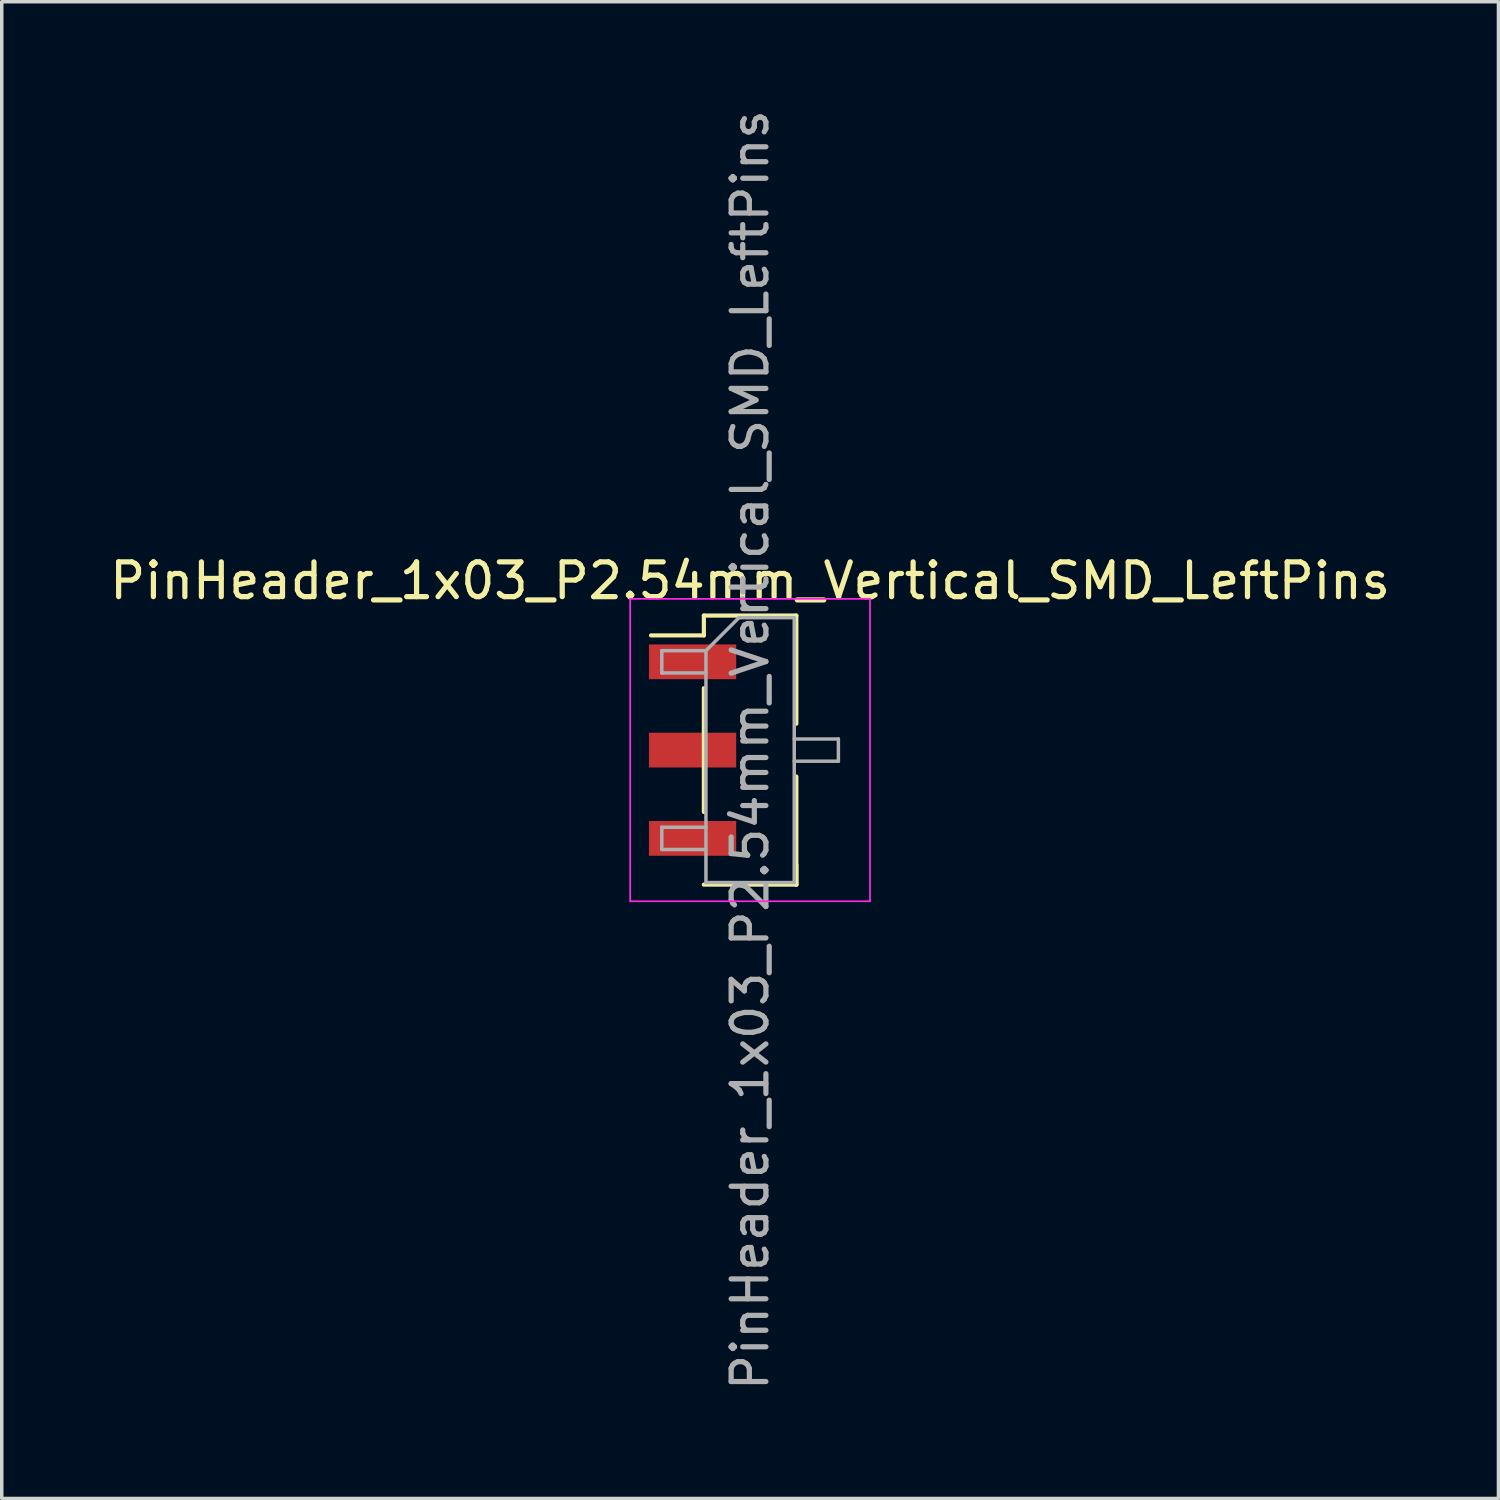
<source format=kicad_pcb>
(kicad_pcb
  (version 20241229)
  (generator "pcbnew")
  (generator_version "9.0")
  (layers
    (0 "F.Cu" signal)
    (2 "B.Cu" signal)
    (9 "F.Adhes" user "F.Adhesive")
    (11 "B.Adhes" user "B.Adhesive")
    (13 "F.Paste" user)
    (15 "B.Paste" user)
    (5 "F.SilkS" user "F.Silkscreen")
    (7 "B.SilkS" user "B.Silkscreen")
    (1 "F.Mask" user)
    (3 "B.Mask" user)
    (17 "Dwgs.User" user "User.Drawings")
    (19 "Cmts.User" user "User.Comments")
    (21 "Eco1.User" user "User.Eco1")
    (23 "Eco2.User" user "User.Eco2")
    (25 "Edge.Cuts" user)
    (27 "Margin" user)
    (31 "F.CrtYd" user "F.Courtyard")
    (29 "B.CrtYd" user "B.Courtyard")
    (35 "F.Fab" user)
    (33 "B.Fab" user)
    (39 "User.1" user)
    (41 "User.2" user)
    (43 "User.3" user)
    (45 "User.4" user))
  (footprint "PinHeader_1x03_P2.54mm_Vertical_SMD_LeftPins"
    (layer "F.Cu")
    (at 18.53 18.53)
    (property "Reference" "PinHeader_1x03_P2.54mm_Vertical_SMD_LeftPins" (at 0 -4.87 0) (layer "F.SilkS") (effects (font (size 1 1) (thickness 0.15))))
    (attr smd)
    (fp_line (start -1.33 -3.87) (end -1.33 -3.3) (stroke (width 0.12) (type solid)) (layer "F.SilkS"))
    (fp_line (start -1.33 -3.87) (end 1.33 -3.87) (stroke (width 0.12) (type solid)) (layer "F.SilkS"))
    (fp_line (start -1.33 -3.3) (end -2.85 -3.3) (stroke (width 0.12) (type solid)) (layer "F.SilkS"))
    (fp_line (start -1.33 -1.78) (end -1.33 1.78) (stroke (width 0.12) (type solid)) (layer "F.SilkS"))
    (fp_line (start -1.33 3.87) (end 1.33 3.87) (stroke (width 0.12) (type solid)) (layer "F.SilkS"))
    (fp_line (start 1.33 -3.87) (end 1.33 -0.76) (stroke (width 0.12) (type solid)) (layer "F.SilkS"))
    (fp_line (start 1.33 0.76) (end 1.33 3.87) (stroke (width 0.12) (type solid)) (layer "F.SilkS"))
    (fp_line (start 1.33 3.3) (end 1.33 3.87) (stroke (width 0.12) (type solid)) (layer "F.SilkS"))
    (fp_line (start -3.45 -4.35) (end -3.45 4.35) (stroke (width 0.05) (type solid)) (layer "F.CrtYd"))
    (fp_line (start -3.45 4.35) (end 3.45 4.35) (stroke (width 0.05) (type solid)) (layer "F.CrtYd"))
    (fp_line (start 3.45 -4.35) (end -3.45 -4.35) (stroke (width 0.05) (type solid)) (layer "F.CrtYd"))
    (fp_line (start 3.45 4.35) (end 3.45 -4.35) (stroke (width 0.05) (type solid)) (layer "F.CrtYd"))
    (fp_line (start -2.54 -2.86) (end -2.54 -2.22) (stroke (width 0.1) (type solid)) (layer "F.Fab"))
    (fp_line (start -2.54 -2.22) (end -1.27 -2.22) (stroke (width 0.1) (type solid)) (layer "F.Fab"))
    (fp_line (start -2.54 2.22) (end -2.54 2.86) (stroke (width 0.1) (type solid)) (layer "F.Fab"))
    (fp_line (start -2.54 2.86) (end -1.27 2.86) (stroke (width 0.1) (type solid)) (layer "F.Fab"))
    (fp_line (start -1.27 -2.86) (end -2.54 -2.86) (stroke (width 0.1) (type solid)) (layer "F.Fab"))
    (fp_line (start -1.27 -2.86) (end -0.32 -3.81) (stroke (width 0.1) (type solid)) (layer "F.Fab"))
    (fp_line (start -1.27 2.22) (end -2.54 2.22) (stroke (width 0.1) (type solid)) (layer "F.Fab"))
    (fp_line (start -1.27 3.81) (end -1.27 -2.86) (stroke (width 0.1) (type solid)) (layer "F.Fab"))
    (fp_line (start -0.32 -3.81) (end 1.27 -3.81) (stroke (width 0.1) (type solid)) (layer "F.Fab"))
    (fp_line (start 1.27 -3.81) (end 1.27 3.81) (stroke (width 0.1) (type solid)) (layer "F.Fab"))
    (fp_line (start 1.27 -0.32) (end 2.54 -0.32) (stroke (width 0.1) (type solid)) (layer "F.Fab"))
    (fp_line (start 1.27 3.81) (end -1.27 3.81) (stroke (width 0.1) (type solid)) (layer "F.Fab"))
    (fp_line (start 2.54 -0.32) (end 2.54 0.32) (stroke (width 0.1) (type solid)) (layer "F.Fab"))
    (fp_line (start 2.54 0.32) (end 1.27 0.32) (stroke (width 0.1) (type solid)) (layer "F.Fab"))
    (fp_text user "${REFERENCE}" (at 0 0 90) (layer "F.Fab") (effects (font (size 1 1) (thickness 0.15))))
    (pad "1" smd rect (at -1.655 -2.54) (size 2.51 1) (layers "F.Cu" "F.Mask" "F.Paste"))
    (pad "2" smd rect (at -1.655 0) (size 2.51 1) (layers "F.Cu" "F.Mask" "F.Paste"))
    (pad "3" smd rect (at -1.655 2.54) (size 2.51 1) (layers "F.Cu" "F.Mask" "F.Paste")))
  (gr_rect
    (start -3 -3)
    (end 40.06 40.06)
    (stroke (width 0.1) (type default))
    (fill no)
    (layer "Edge.Cuts")))
</source>
